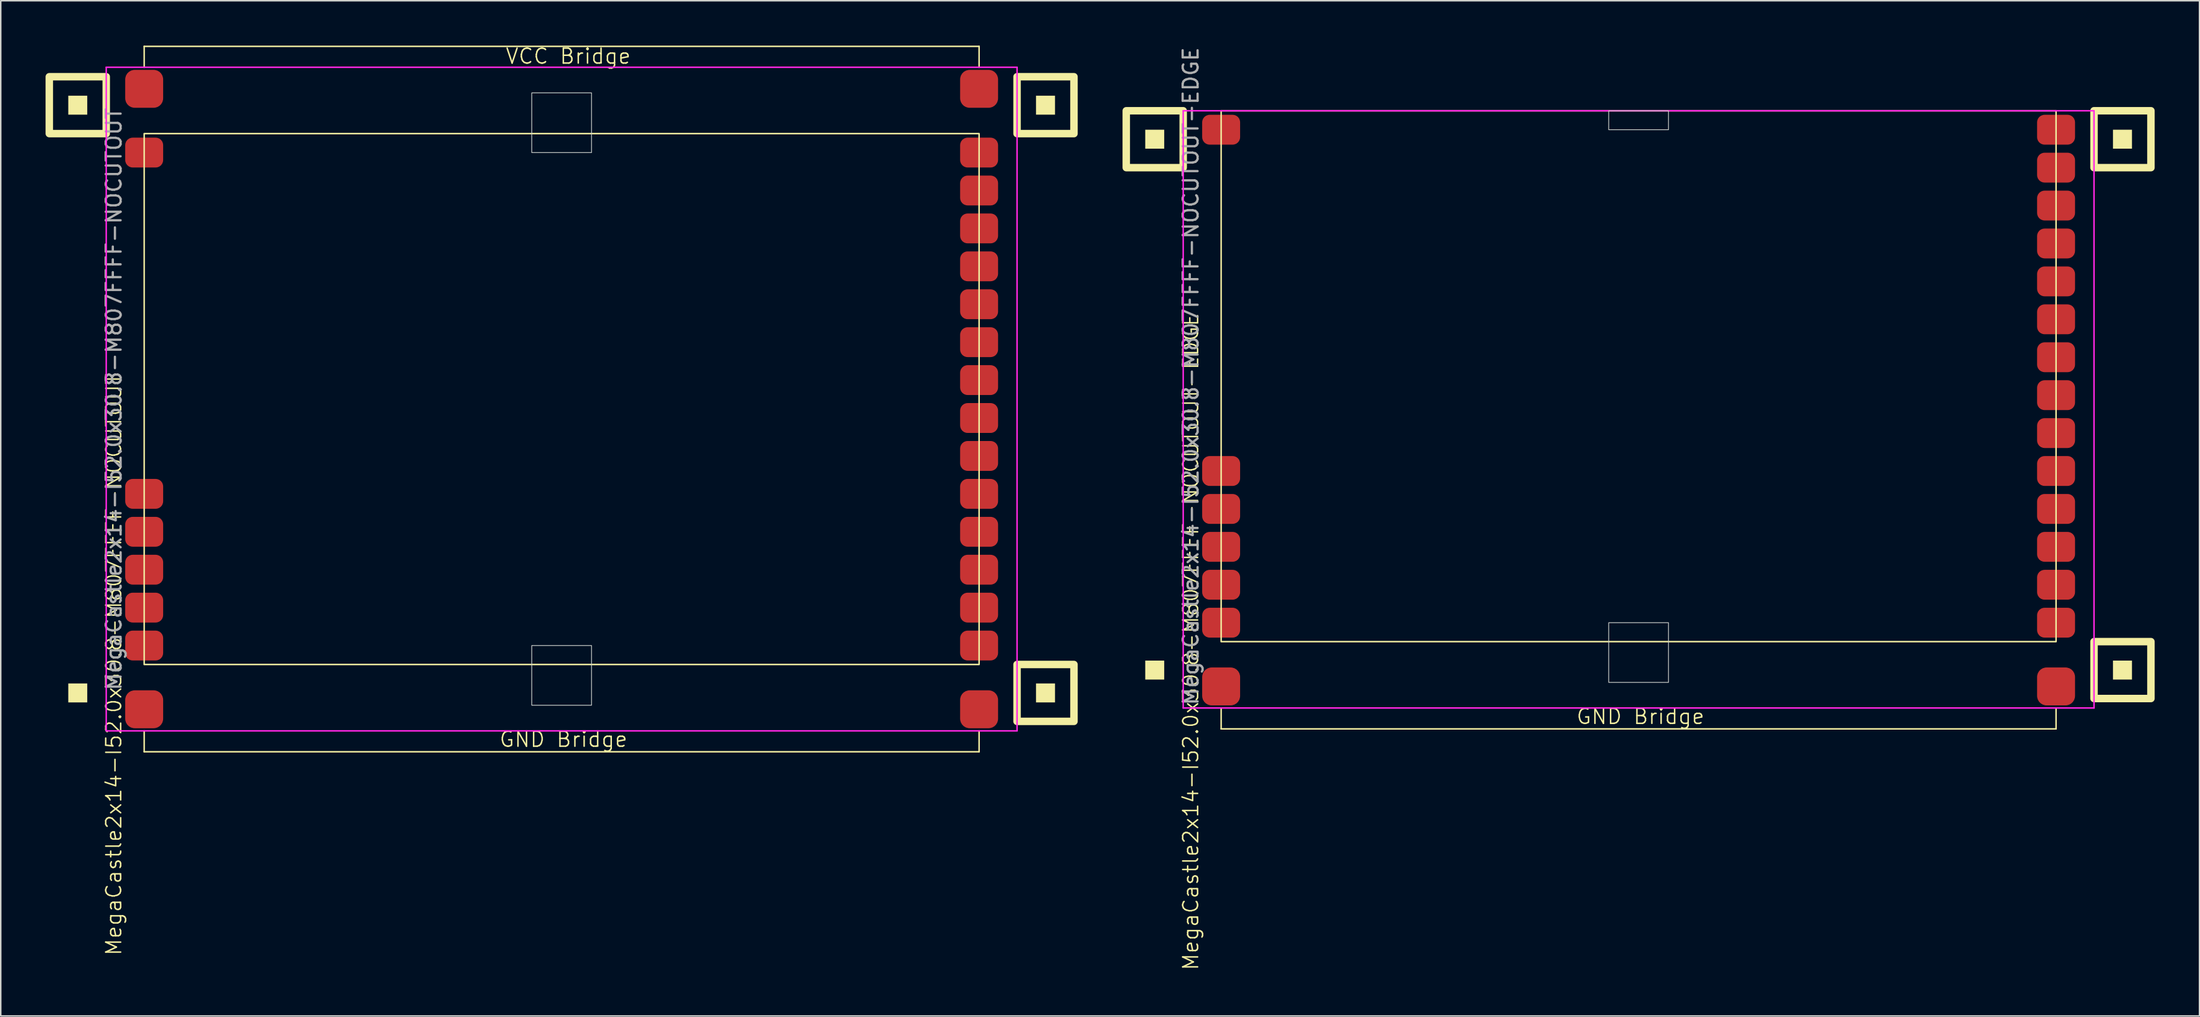
<source format=kicad_pcb>
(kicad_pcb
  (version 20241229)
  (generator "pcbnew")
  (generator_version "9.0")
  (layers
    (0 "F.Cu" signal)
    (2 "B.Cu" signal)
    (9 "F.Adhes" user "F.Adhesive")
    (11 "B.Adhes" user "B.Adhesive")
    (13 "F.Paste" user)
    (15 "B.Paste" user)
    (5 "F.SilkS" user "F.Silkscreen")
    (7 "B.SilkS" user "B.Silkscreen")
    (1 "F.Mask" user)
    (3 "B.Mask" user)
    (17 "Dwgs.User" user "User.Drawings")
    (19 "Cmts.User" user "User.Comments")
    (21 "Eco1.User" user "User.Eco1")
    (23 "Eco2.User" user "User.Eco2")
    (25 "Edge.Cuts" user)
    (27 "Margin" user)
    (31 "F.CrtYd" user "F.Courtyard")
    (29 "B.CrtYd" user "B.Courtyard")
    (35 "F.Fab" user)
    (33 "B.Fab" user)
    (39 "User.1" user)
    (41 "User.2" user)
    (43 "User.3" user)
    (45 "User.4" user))
  (footprint "MegaCastle2x14-I52.0x30.8-M807FFFF-NOCUTOUT-EDGE"
    (layer "F.Cu")
    (at 106.62 22.149)
    (property "Reference" "MegaCastle2x14-I52.0x30.8-M807FFFF-NOCUTOUT-EDGE" (at -29.972 17.78 90) (unlocked yes) (layer "F.SilkS") (effects (font (size 1 1) (thickness 0.1))))
    (attr smd)
    (fp_line (start -27.94 22.225) (end -27.94 23.625) (stroke (width 0.1) (type default)) (layer "F.SilkS"))
    (fp_line (start -27.94 23.625) (end 27.94 23.625) (stroke (width 0.1) (type default)) (layer "F.SilkS"))
    (fp_line (start 27.94 22.225) (end 27.94 23.625) (stroke (width 0.1) (type default)) (layer "F.SilkS"))
    (fp_rect (start -31.75 -15.24) (end -33.02 -16.51) (stroke (width 0) (type solid)) (fill yes) (layer "F.SilkS"))
    (fp_rect (start -31.75 20.32) (end -33.02 19.05) (stroke (width 0) (type solid)) (fill yes) (layer "F.SilkS"))
    (fp_rect (start -30.48 -13.97) (end -34.29 -17.78) (stroke (width 0.5) (type default)) (fill no) (layer "F.SilkS"))
    (fp_rect (start -27.94 -17.78) (end 27.94 17.78) (stroke (width 0.1) (type default)) (fill no) (layer "F.SilkS"))
    (fp_rect (start 33.02 -15.24) (end 31.75 -16.51) (stroke (width 0) (type solid)) (fill yes) (layer "F.SilkS"))
    (fp_rect (start 33.02 20.32) (end 31.75 19.05) (stroke (width 0) (type solid)) (fill yes) (layer "F.SilkS"))
    (fp_rect (start 34.29 -13.97) (end 30.48 -17.78) (stroke (width 0.5) (type default)) (fill no) (layer "F.SilkS"))
    (fp_rect (start 34.29 21.59) (end 30.48 17.78) (stroke (width 0.5) (type default)) (fill no) (layer "F.SilkS"))
    (fp_rect (start -2 -16.51) (end 2 -17.78) (stroke (width 0.05) (type default)) (fill no) (layer "Edge.Cuts"))
    (fp_rect (start -2 16.51) (end 2 20.51) (stroke (width 0.05) (type default)) (fill no) (layer "Edge.Cuts"))
    (fp_line (start -30.48 -17.78) (end -30.48 22.225) (stroke (width 0.1) (type default)) (layer "F.CrtYd"))
    (fp_line (start -30.48 22.225) (end 30.48 22.225) (stroke (width 0.1) (type default)) (layer "F.CrtYd"))
    (fp_line (start 30.48 -17.78) (end -30.48 -17.78) (stroke (width 0.1) (type default)) (layer "F.CrtYd"))
    (fp_line (start 30.48 -17.78) (end 30.48 22.225) (stroke (width 0.1) (type default)) (layer "F.CrtYd"))
    (fp_text user "GND Bridge" (at -4.226 23.38 0) (unlocked yes) (layer "F.SilkS") (effects (font (size 1 1) (thickness 0.1)) (justify left bottom)))
    (fp_text user "${REFERENCE}" (at -29.972 0 90) (unlocked yes) (layer "F.Fab") (effects (font (size 1 1) (thickness 0.15))))
    (pad "1" smd roundrect (at -27.94 -16.51) (size 2.54 2) (layers "F.Cu" "F.Mask" "F.Paste") (roundrect_rratio 0.25))
    (pad "10" smd roundrect (at -27.94 6.35) (size 2.54 2) (layers "F.Cu" "F.Mask" "F.Paste") (roundrect_rratio 0.25))
    (pad "11" smd roundrect (at -27.94 8.89) (size 2.54 2) (layers "F.Cu" "F.Mask" "F.Paste") (roundrect_rratio 0.25))
    (pad "12" smd roundrect (at -27.94 11.43) (size 2.54 2) (layers "F.Cu" "F.Mask" "F.Paste") (roundrect_rratio 0.25))
    (pad "13" smd roundrect (at -27.94 13.97) (size 2.54 2) (layers "F.Cu" "F.Mask" "F.Paste") (roundrect_rratio 0.25))
    (pad "14" smd roundrect (at -27.94 16.51) (size 2.54 2) (layers "F.Cu" "F.Mask" "F.Paste") (roundrect_rratio 0.25))
    (pad "15" smd roundrect (at 27.94 -16.51) (size 2.54 2) (layers "F.Cu" "F.Mask" "F.Paste") (roundrect_rratio 0.25))
    (pad "16" smd roundrect (at 27.94 -13.97) (size 2.54 2) (layers "F.Cu" "F.Mask" "F.Paste") (roundrect_rratio 0.25))
    (pad "17" smd roundrect (at 27.94 -11.43) (size 2.54 2) (layers "F.Cu" "F.Mask" "F.Paste") (roundrect_rratio 0.25))
    (pad "18" smd roundrect (at 27.94 -8.89) (size 2.54 2) (layers "F.Cu" "F.Mask" "F.Paste") (roundrect_rratio 0.25))
    (pad "19" smd roundrect (at 27.94 -6.35) (size 2.54 2) (layers "F.Cu" "F.Mask" "F.Paste") (roundrect_rratio 0.25))
    (pad "20" smd roundrect (at 27.94 -3.81) (size 2.54 2) (layers "F.Cu" "F.Mask" "F.Paste") (roundrect_rratio 0.25))
    (pad "21" smd roundrect (at 27.94 -1.27) (size 2.54 2) (layers "F.Cu" "F.Mask" "F.Paste") (roundrect_rratio 0.25))
    (pad "22" smd roundrect (at 27.94 1.27) (size 2.54 2) (layers "F.Cu" "F.Mask" "F.Paste") (roundrect_rratio 0.25))
    (pad "23" smd roundrect (at 27.94 3.81) (size 2.54 2) (layers "F.Cu" "F.Mask" "F.Paste") (roundrect_rratio 0.25))
    (pad "24" smd roundrect (at 27.94 6.35) (size 2.54 2) (layers "F.Cu" "F.Mask" "F.Paste") (roundrect_rratio 0.25))
    (pad "25" smd roundrect (at 27.94 8.89) (size 2.54 2) (layers "F.Cu" "F.Mask" "F.Paste") (roundrect_rratio 0.25))
    (pad "26" smd roundrect (at 27.94 11.43) (size 2.54 2) (layers "F.Cu" "F.Mask" "F.Paste") (roundrect_rratio 0.25))
    (pad "27" smd roundrect (at 27.94 13.97) (size 2.54 2) (layers "F.Cu" "F.Mask" "F.Paste") (roundrect_rratio 0.25))
    (pad "28" smd roundrect (at 27.94 16.51) (size 2.54 2) (layers "F.Cu" "F.Mask" "F.Paste") (roundrect_rratio 0.25))
    (pad "B1" smd roundrect (at -27.94 20.78) (size 2.54 2.54) (layers "F.Cu" "F.Mask" "F.Paste") (roundrect_rratio 0.25))
    (pad "B2" smd roundrect (at 27.94 20.78) (size 2.54 2.54) (layers "F.Cu" "F.Mask" "F.Paste") (roundrect_rratio 0.25)))
  (footprint "MegaCastle2x14-I52.0x30.8-M807FFFF-NOCUTOUT"
    (layer "F.Cu")
    (at 34.54 23.68)
    (property "Reference" "MegaCastle2x14-I52.0x30.8-M807FFFF-NOCUTOUT" (at -29.972 17.78 90) (unlocked yes) (layer "F.SilkS") (effects (font (size 1 1) (thickness 0.1))))
    (attr smd)
    (fp_line (start -27.94 -23.625) (end 27.94 -23.625) (stroke (width 0.1) (type default)) (layer "F.SilkS"))
    (fp_line (start -27.94 -22.225) (end -27.94 -23.625) (stroke (width 0.1) (type default)) (layer "F.SilkS"))
    (fp_line (start -27.94 22.225) (end -27.94 23.625) (stroke (width 0.1) (type default)) (layer "F.SilkS"))
    (fp_line (start -27.94 23.625) (end 27.94 23.625) (stroke (width 0.1) (type default)) (layer "F.SilkS"))
    (fp_line (start 27.94 -22.225) (end 27.94 -23.625) (stroke (width 0.1) (type default)) (layer "F.SilkS"))
    (fp_line (start 27.94 22.225) (end 27.94 23.625) (stroke (width 0.1) (type default)) (layer "F.SilkS"))
    (fp_rect (start -31.75 -19.05) (end -33.02 -20.32) (stroke (width 0) (type solid)) (fill yes) (layer "F.SilkS"))
    (fp_rect (start -31.75 20.32) (end -33.02 19.05) (stroke (width 0) (type solid)) (fill yes) (layer "F.SilkS"))
    (fp_rect (start -30.48 -17.78) (end -34.29 -21.59) (stroke (width 0.5) (type default)) (fill no) (layer "F.SilkS"))
    (fp_rect (start -27.94 -17.78) (end 27.94 17.78) (stroke (width 0.1) (type default)) (fill no) (layer "F.SilkS"))
    (fp_rect (start 33.02 -19.05) (end 31.75 -20.32) (stroke (width 0) (type solid)) (fill yes) (layer "F.SilkS"))
    (fp_rect (start 33.02 20.32) (end 31.75 19.05) (stroke (width 0) (type solid)) (fill yes) (layer "F.SilkS"))
    (fp_rect (start 34.29 -17.78) (end 30.48 -21.59) (stroke (width 0.5) (type default)) (fill no) (layer "F.SilkS"))
    (fp_rect (start 34.29 21.59) (end 30.48 17.78) (stroke (width 0.5) (type default)) (fill no) (layer "F.SilkS"))
    (fp_rect (start -2 -16.51) (end 2 -20.51) (stroke (width 0.05) (type default)) (fill no) (layer "Edge.Cuts"))
    (fp_rect (start -2 16.51) (end 2 20.51) (stroke (width 0.05) (type default)) (fill no) (layer "Edge.Cuts"))
    (fp_line (start -30.48 -22.225) (end -30.48 22.225) (stroke (width 0.1) (type default)) (layer "F.CrtYd"))
    (fp_line (start -30.48 22.225) (end 30.48 22.225) (stroke (width 0.1) (type default)) (layer "F.CrtYd"))
    (fp_line (start 30.48 -22.225) (end -30.48 -22.225) (stroke (width 0.1) (type default)) (layer "F.CrtYd"))
    (fp_line (start 30.48 -22.225) (end 30.48 22.225) (stroke (width 0.1) (type default)) (layer "F.CrtYd"))
    (fp_text user "VCC Bridge" (at -3.81 -22.38 0) (unlocked yes) (layer "F.SilkS") (effects (font (size 1 1) (thickness 0.1)) (justify left bottom)))
    (fp_text user "GND Bridge" (at -4.226 23.38 0) (unlocked yes) (layer "F.SilkS") (effects (font (size 1 1) (thickness 0.1)) (justify left bottom)))
    (fp_text user "${REFERENCE}" (at -29.972 0 90) (unlocked yes) (layer "F.Fab") (effects (font (size 1 1) (thickness 0.15))))
    (pad "1" smd roundrect (at -27.94 -16.51) (size 2.54 2) (layers "F.Cu" "F.Mask" "F.Paste") (roundrect_rratio 0.25))
    (pad "10" smd roundrect (at -27.94 6.35) (size 2.54 2) (layers "F.Cu" "F.Mask" "F.Paste") (roundrect_rratio 0.25))
    (pad "11" smd roundrect (at -27.94 8.89) (size 2.54 2) (layers "F.Cu" "F.Mask" "F.Paste") (roundrect_rratio 0.25))
    (pad "12" smd roundrect (at -27.94 11.43) (size 2.54 2) (layers "F.Cu" "F.Mask" "F.Paste") (roundrect_rratio 0.25))
    (pad "13" smd roundrect (at -27.94 13.97) (size 2.54 2) (layers "F.Cu" "F.Mask" "F.Paste") (roundrect_rratio 0.25))
    (pad "14" smd roundrect (at -27.94 16.51) (size 2.54 2) (layers "F.Cu" "F.Mask" "F.Paste") (roundrect_rratio 0.25))
    (pad "15" smd roundrect (at 27.94 -16.51) (size 2.54 2) (layers "F.Cu" "F.Mask" "F.Paste") (roundrect_rratio 0.25))
    (pad "16" smd roundrect (at 27.94 -13.97) (size 2.54 2) (layers "F.Cu" "F.Mask" "F.Paste") (roundrect_rratio 0.25))
    (pad "17" smd roundrect (at 27.94 -11.43) (size 2.54 2) (layers "F.Cu" "F.Mask" "F.Paste") (roundrect_rratio 0.25))
    (pad "18" smd roundrect (at 27.94 -8.89) (size 2.54 2) (layers "F.Cu" "F.Mask" "F.Paste") (roundrect_rratio 0.25))
    (pad "19" smd roundrect (at 27.94 -6.35) (size 2.54 2) (layers "F.Cu" "F.Mask" "F.Paste") (roundrect_rratio 0.25))
    (pad "20" smd roundrect (at 27.94 -3.81) (size 2.54 2) (layers "F.Cu" "F.Mask" "F.Paste") (roundrect_rratio 0.25))
    (pad "21" smd roundrect (at 27.94 -1.27) (size 2.54 2) (layers "F.Cu" "F.Mask" "F.Paste") (roundrect_rratio 0.25))
    (pad "22" smd roundrect (at 27.94 1.27) (size 2.54 2) (layers "F.Cu" "F.Mask" "F.Paste") (roundrect_rratio 0.25))
    (pad "23" smd roundrect (at 27.94 3.81) (size 2.54 2) (layers "F.Cu" "F.Mask" "F.Paste") (roundrect_rratio 0.25))
    (pad "24" smd roundrect (at 27.94 6.35) (size 2.54 2) (layers "F.Cu" "F.Mask" "F.Paste") (roundrect_rratio 0.25))
    (pad "25" smd roundrect (at 27.94 8.89) (size 2.54 2) (layers "F.Cu" "F.Mask" "F.Paste") (roundrect_rratio 0.25))
    (pad "26" smd roundrect (at 27.94 11.43) (size 2.54 2) (layers "F.Cu" "F.Mask" "F.Paste") (roundrect_rratio 0.25))
    (pad "27" smd roundrect (at 27.94 13.97) (size 2.54 2) (layers "F.Cu" "F.Mask" "F.Paste") (roundrect_rratio 0.25))
    (pad "28" smd roundrect (at 27.94 16.51) (size 2.54 2) (layers "F.Cu" "F.Mask" "F.Paste") (roundrect_rratio 0.25))
    (pad "A1" smd roundrect (at -27.94 -20.78) (size 2.54 2.54) (layers "F.Cu" "F.Mask" "F.Paste") (roundrect_rratio 0.25))
    (pad "A2" smd roundrect (at 27.94 -20.78) (size 2.54 2.54) (layers "F.Cu" "F.Mask" "F.Paste") (roundrect_rratio 0.25))
    (pad "B1" smd roundrect (at -27.94 20.78) (size 2.54 2.54) (layers "F.Cu" "F.Mask" "F.Paste") (roundrect_rratio 0.25))
    (pad "B2" smd roundrect (at 27.94 20.78) (size 2.54 2.54) (layers "F.Cu" "F.Mask" "F.Paste") (roundrect_rratio 0.25)))
  (gr_rect
    (start -3 -3)
    (end 144.16 65.003)
    (stroke (width 0.1) (type default))
    (fill no)
    (layer "Edge.Cuts")))
</source>
